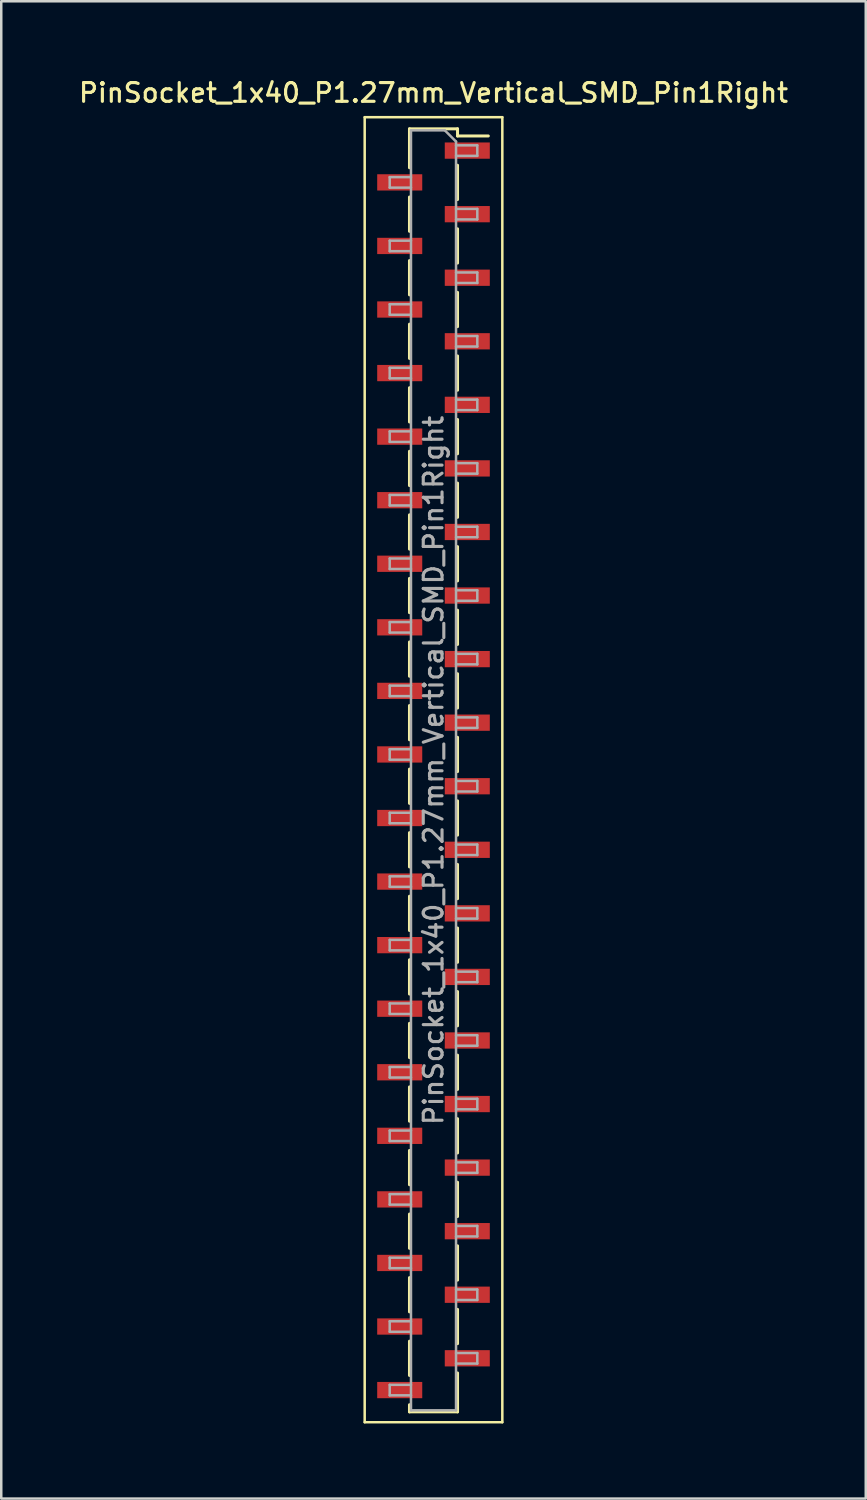
<source format=kicad_pcb>
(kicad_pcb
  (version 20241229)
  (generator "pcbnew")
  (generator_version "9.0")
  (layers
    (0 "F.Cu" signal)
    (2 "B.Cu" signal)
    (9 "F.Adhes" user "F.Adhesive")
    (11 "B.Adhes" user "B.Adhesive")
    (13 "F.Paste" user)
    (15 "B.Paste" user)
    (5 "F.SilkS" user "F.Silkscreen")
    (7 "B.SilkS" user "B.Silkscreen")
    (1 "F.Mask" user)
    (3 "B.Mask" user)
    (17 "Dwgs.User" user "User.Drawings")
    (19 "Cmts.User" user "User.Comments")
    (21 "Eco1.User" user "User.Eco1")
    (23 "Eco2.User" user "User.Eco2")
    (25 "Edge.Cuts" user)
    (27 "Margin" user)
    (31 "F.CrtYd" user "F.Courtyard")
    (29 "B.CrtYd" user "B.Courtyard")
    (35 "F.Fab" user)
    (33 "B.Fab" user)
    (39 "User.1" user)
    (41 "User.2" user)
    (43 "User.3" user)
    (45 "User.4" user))
  (footprint "PinSocket_1x40_P1.27mm_Vertical_SMD_Pin1Right"
    (layer "F.Cu")
    (at 14.273 27.733)
    (property "Reference" "PinSocket_1x40_P1.27mm_Vertical_SMD_Pin1Right" (at 0 -27.075 0) (layer "F.SilkS") (effects (font (size 0.75 0.75) (thickness 0.125))))
    (attr smd)
    (fp_line (start -2.75 -26.1) (end 2.75 -26.1) (stroke (width 0.1) (type solid)) (layer "F.SilkS"))
    (fp_line (start -2.75 26.05) (end -2.75 -26.1) (stroke (width 0.1) (type solid)) (layer "F.SilkS"))
    (fp_line (start -0.96 -25.635) (end -0.96 -24.08) (stroke (width 0.12) (type solid)) (layer "F.SilkS"))
    (fp_line (start -0.96 -25.635) (end 0.96 -25.635) (stroke (width 0.12) (type solid)) (layer "F.SilkS"))
    (fp_line (start -0.96 -22.91) (end -0.96 -21.54) (stroke (width 0.12) (type solid)) (layer "F.SilkS"))
    (fp_line (start -0.96 -20.37) (end -0.96 -19) (stroke (width 0.12) (type solid)) (layer "F.SilkS"))
    (fp_line (start -0.96 -17.83) (end -0.96 -16.46) (stroke (width 0.12) (type solid)) (layer "F.SilkS"))
    (fp_line (start -0.96 -15.29) (end -0.96 -13.92) (stroke (width 0.12) (type solid)) (layer "F.SilkS"))
    (fp_line (start -0.96 -12.75) (end -0.96 -11.38) (stroke (width 0.12) (type solid)) (layer "F.SilkS"))
    (fp_line (start -0.96 -10.21) (end -0.96 -8.84) (stroke (width 0.12) (type solid)) (layer "F.SilkS"))
    (fp_line (start -0.96 -7.67) (end -0.96 -6.3) (stroke (width 0.12) (type solid)) (layer "F.SilkS"))
    (fp_line (start -0.96 -5.13) (end -0.96 -3.76) (stroke (width 0.12) (type solid)) (layer "F.SilkS"))
    (fp_line (start -0.96 -2.59) (end -0.96 -1.22) (stroke (width 0.12) (type solid)) (layer "F.SilkS"))
    (fp_line (start -0.96 -0.05) (end -0.96 1.32) (stroke (width 0.12) (type solid)) (layer "F.SilkS"))
    (fp_line (start -0.96 2.49) (end -0.96 3.86) (stroke (width 0.12) (type solid)) (layer "F.SilkS"))
    (fp_line (start -0.96 5.03) (end -0.96 6.4) (stroke (width 0.12) (type solid)) (layer "F.SilkS"))
    (fp_line (start -0.96 7.57) (end -0.96 8.94) (stroke (width 0.12) (type solid)) (layer "F.SilkS"))
    (fp_line (start -0.96 10.11) (end -0.96 11.48) (stroke (width 0.12) (type solid)) (layer "F.SilkS"))
    (fp_line (start -0.96 12.65) (end -0.96 14.02) (stroke (width 0.12) (type solid)) (layer "F.SilkS"))
    (fp_line (start -0.96 15.19) (end -0.96 16.56) (stroke (width 0.12) (type solid)) (layer "F.SilkS"))
    (fp_line (start -0.96 17.73) (end -0.96 19.1) (stroke (width 0.12) (type solid)) (layer "F.SilkS"))
    (fp_line (start -0.96 20.27) (end -0.96 21.64) (stroke (width 0.12) (type solid)) (layer "F.SilkS"))
    (fp_line (start -0.96 22.81) (end -0.96 24.18) (stroke (width 0.12) (type solid)) (layer "F.SilkS"))
    (fp_line (start -0.96 25.35) (end -0.96 25.635) (stroke (width 0.12) (type solid)) (layer "F.SilkS"))
    (fp_line (start -0.96 25.635) (end 0.96 25.635) (stroke (width 0.12) (type solid)) (layer "F.SilkS"))
    (fp_line (start 0.96 -25.635) (end 0.96 -25.35) (stroke (width 0.12) (type solid)) (layer "F.SilkS"))
    (fp_line (start 0.96 -25.35) (end 2.19 -25.35) (stroke (width 0.12) (type solid)) (layer "F.SilkS"))
    (fp_line (start 0.96 -24.18) (end 0.96 -22.81) (stroke (width 0.12) (type solid)) (layer "F.SilkS"))
    (fp_line (start 0.96 -21.64) (end 0.96 -20.27) (stroke (width 0.12) (type solid)) (layer "F.SilkS"))
    (fp_line (start 0.96 -19.1) (end 0.96 -17.73) (stroke (width 0.12) (type solid)) (layer "F.SilkS"))
    (fp_line (start 0.96 -16.56) (end 0.96 -15.19) (stroke (width 0.12) (type solid)) (layer "F.SilkS"))
    (fp_line (start 0.96 -14.02) (end 0.96 -12.65) (stroke (width 0.12) (type solid)) (layer "F.SilkS"))
    (fp_line (start 0.96 -11.48) (end 0.96 -10.11) (stroke (width 0.12) (type solid)) (layer "F.SilkS"))
    (fp_line (start 0.96 -8.94) (end 0.96 -7.57) (stroke (width 0.12) (type solid)) (layer "F.SilkS"))
    (fp_line (start 0.96 -6.4) (end 0.96 -5.03) (stroke (width 0.12) (type solid)) (layer "F.SilkS"))
    (fp_line (start 0.96 -3.86) (end 0.96 -2.49) (stroke (width 0.12) (type solid)) (layer "F.SilkS"))
    (fp_line (start 0.96 -1.32) (end 0.96 0.05) (stroke (width 0.12) (type solid)) (layer "F.SilkS"))
    (fp_line (start 0.96 1.22) (end 0.96 2.59) (stroke (width 0.12) (type solid)) (layer "F.SilkS"))
    (fp_line (start 0.96 3.76) (end 0.96 5.13) (stroke (width 0.12) (type solid)) (layer "F.SilkS"))
    (fp_line (start 0.96 6.3) (end 0.96 7.67) (stroke (width 0.12) (type solid)) (layer "F.SilkS"))
    (fp_line (start 0.96 8.84) (end 0.96 10.21) (stroke (width 0.12) (type solid)) (layer "F.SilkS"))
    (fp_line (start 0.96 11.38) (end 0.96 12.75) (stroke (width 0.12) (type solid)) (layer "F.SilkS"))
    (fp_line (start 0.96 13.92) (end 0.96 15.29) (stroke (width 0.12) (type solid)) (layer "F.SilkS"))
    (fp_line (start 0.96 16.46) (end 0.96 17.83) (stroke (width 0.12) (type solid)) (layer "F.SilkS"))
    (fp_line (start 0.96 19) (end 0.96 20.37) (stroke (width 0.12) (type solid)) (layer "F.SilkS"))
    (fp_line (start 0.96 21.54) (end 0.96 22.91) (stroke (width 0.12) (type solid)) (layer "F.SilkS"))
    (fp_line (start 0.96 24.08) (end 0.96 25.635) (stroke (width 0.12) (type solid)) (layer "F.SilkS"))
    (fp_line (start 2.75 -26.1) (end 2.75 26.05) (stroke (width 0.1) (type solid)) (layer "F.SilkS"))
    (fp_line (start 2.75 26.05) (end -2.75 26.05) (stroke (width 0.1) (type solid)) (layer "F.SilkS"))
    (fp_line (start -1.75 -23.705) (end -0.9 -23.705) (stroke (width 0.1) (type solid)) (layer "F.Fab"))
    (fp_line (start -1.75 -23.285) (end -1.75 -23.705) (stroke (width 0.1) (type solid)) (layer "F.Fab"))
    (fp_line (start -1.75 -21.165) (end -0.9 -21.165) (stroke (width 0.1) (type solid)) (layer "F.Fab"))
    (fp_line (start -1.75 -20.745) (end -1.75 -21.165) (stroke (width 0.1) (type solid)) (layer "F.Fab"))
    (fp_line (start -1.75 -18.625) (end -0.9 -18.625) (stroke (width 0.1) (type solid)) (layer "F.Fab"))
    (fp_line (start -1.75 -18.205) (end -1.75 -18.625) (stroke (width 0.1) (type solid)) (layer "F.Fab"))
    (fp_line (start -1.75 -16.085) (end -0.9 -16.085) (stroke (width 0.1) (type solid)) (layer "F.Fab"))
    (fp_line (start -1.75 -15.665) (end -1.75 -16.085) (stroke (width 0.1) (type solid)) (layer "F.Fab"))
    (fp_line (start -1.75 -13.545) (end -0.9 -13.545) (stroke (width 0.1) (type solid)) (layer "F.Fab"))
    (fp_line (start -1.75 -13.125) (end -1.75 -13.545) (stroke (width 0.1) (type solid)) (layer "F.Fab"))
    (fp_line (start -1.75 -11.005) (end -0.9 -11.005) (stroke (width 0.1) (type solid)) (layer "F.Fab"))
    (fp_line (start -1.75 -10.585) (end -1.75 -11.005) (stroke (width 0.1) (type solid)) (layer "F.Fab"))
    (fp_line (start -1.75 -8.465) (end -0.9 -8.465) (stroke (width 0.1) (type solid)) (layer "F.Fab"))
    (fp_line (start -1.75 -8.045) (end -1.75 -8.465) (stroke (width 0.1) (type solid)) (layer "F.Fab"))
    (fp_line (start -1.75 -5.925) (end -0.9 -5.925) (stroke (width 0.1) (type solid)) (layer "F.Fab"))
    (fp_line (start -1.75 -5.505) (end -1.75 -5.925) (stroke (width 0.1) (type solid)) (layer "F.Fab"))
    (fp_line (start -1.75 -3.385) (end -0.9 -3.385) (stroke (width 0.1) (type solid)) (layer "F.Fab"))
    (fp_line (start -1.75 -2.965) (end -1.75 -3.385) (stroke (width 0.1) (type solid)) (layer "F.Fab"))
    (fp_line (start -1.75 -0.845) (end -0.9 -0.845) (stroke (width 0.1) (type solid)) (layer "F.Fab"))
    (fp_line (start -1.75 -0.425) (end -1.75 -0.845) (stroke (width 0.1) (type solid)) (layer "F.Fab"))
    (fp_line (start -1.75 1.695) (end -0.9 1.695) (stroke (width 0.1) (type solid)) (layer "F.Fab"))
    (fp_line (start -1.75 2.115) (end -1.75 1.695) (stroke (width 0.1) (type solid)) (layer "F.Fab"))
    (fp_line (start -1.75 4.235) (end -0.9 4.235) (stroke (width 0.1) (type solid)) (layer "F.Fab"))
    (fp_line (start -1.75 4.655) (end -1.75 4.235) (stroke (width 0.1) (type solid)) (layer "F.Fab"))
    (fp_line (start -1.75 6.775) (end -0.9 6.775) (stroke (width 0.1) (type solid)) (layer "F.Fab"))
    (fp_line (start -1.75 7.195) (end -1.75 6.775) (stroke (width 0.1) (type solid)) (layer "F.Fab"))
    (fp_line (start -1.75 9.315) (end -0.9 9.315) (stroke (width 0.1) (type solid)) (layer "F.Fab"))
    (fp_line (start -1.75 9.735) (end -1.75 9.315) (stroke (width 0.1) (type solid)) (layer "F.Fab"))
    (fp_line (start -1.75 11.855) (end -0.9 11.855) (stroke (width 0.1) (type solid)) (layer "F.Fab"))
    (fp_line (start -1.75 12.275) (end -1.75 11.855) (stroke (width 0.1) (type solid)) (layer "F.Fab"))
    (fp_line (start -1.75 14.395) (end -0.9 14.395) (stroke (width 0.1) (type solid)) (layer "F.Fab"))
    (fp_line (start -1.75 14.815) (end -1.75 14.395) (stroke (width 0.1) (type solid)) (layer "F.Fab"))
    (fp_line (start -1.75 16.935) (end -0.9 16.935) (stroke (width 0.1) (type solid)) (layer "F.Fab"))
    (fp_line (start -1.75 17.355) (end -1.75 16.935) (stroke (width 0.1) (type solid)) (layer "F.Fab"))
    (fp_line (start -1.75 19.475) (end -0.9 19.475) (stroke (width 0.1) (type solid)) (layer "F.Fab"))
    (fp_line (start -1.75 19.895) (end -1.75 19.475) (stroke (width 0.1) (type solid)) (layer "F.Fab"))
    (fp_line (start -1.75 22.015) (end -0.9 22.015) (stroke (width 0.1) (type solid)) (layer "F.Fab"))
    (fp_line (start -1.75 22.435) (end -1.75 22.015) (stroke (width 0.1) (type solid)) (layer "F.Fab"))
    (fp_line (start -1.75 24.555) (end -0.9 24.555) (stroke (width 0.1) (type solid)) (layer "F.Fab"))
    (fp_line (start -1.75 24.975) (end -1.75 24.555) (stroke (width 0.1) (type solid)) (layer "F.Fab"))
    (fp_line (start -0.9 -25.575) (end 0.45 -25.575) (stroke (width 0.1) (type solid)) (layer "F.Fab"))
    (fp_line (start -0.9 -23.285) (end -1.75 -23.285) (stroke (width 0.1) (type solid)) (layer "F.Fab"))
    (fp_line (start -0.9 -20.745) (end -1.75 -20.745) (stroke (width 0.1) (type solid)) (layer "F.Fab"))
    (fp_line (start -0.9 -18.205) (end -1.75 -18.205) (stroke (width 0.1) (type solid)) (layer "F.Fab"))
    (fp_line (start -0.9 -15.665) (end -1.75 -15.665) (stroke (width 0.1) (type solid)) (layer "F.Fab"))
    (fp_line (start -0.9 -13.125) (end -1.75 -13.125) (stroke (width 0.1) (type solid)) (layer "F.Fab"))
    (fp_line (start -0.9 -10.585) (end -1.75 -10.585) (stroke (width 0.1) (type solid)) (layer "F.Fab"))
    (fp_line (start -0.9 -8.045) (end -1.75 -8.045) (stroke (width 0.1) (type solid)) (layer "F.Fab"))
    (fp_line (start -0.9 -5.505) (end -1.75 -5.505) (stroke (width 0.1) (type solid)) (layer "F.Fab"))
    (fp_line (start -0.9 -2.965) (end -1.75 -2.965) (stroke (width 0.1) (type solid)) (layer "F.Fab"))
    (fp_line (start -0.9 -0.425) (end -1.75 -0.425) (stroke (width 0.1) (type solid)) (layer "F.Fab"))
    (fp_line (start -0.9 2.115) (end -1.75 2.115) (stroke (width 0.1) (type solid)) (layer "F.Fab"))
    (fp_line (start -0.9 4.655) (end -1.75 4.655) (stroke (width 0.1) (type solid)) (layer "F.Fab"))
    (fp_line (start -0.9 7.195) (end -1.75 7.195) (stroke (width 0.1) (type solid)) (layer "F.Fab"))
    (fp_line (start -0.9 9.735) (end -1.75 9.735) (stroke (width 0.1) (type solid)) (layer "F.Fab"))
    (fp_line (start -0.9 12.275) (end -1.75 12.275) (stroke (width 0.1) (type solid)) (layer "F.Fab"))
    (fp_line (start -0.9 14.815) (end -1.75 14.815) (stroke (width 0.1) (type solid)) (layer "F.Fab"))
    (fp_line (start -0.9 17.355) (end -1.75 17.355) (stroke (width 0.1) (type solid)) (layer "F.Fab"))
    (fp_line (start -0.9 19.895) (end -1.75 19.895) (stroke (width 0.1) (type solid)) (layer "F.Fab"))
    (fp_line (start -0.9 22.435) (end -1.75 22.435) (stroke (width 0.1) (type solid)) (layer "F.Fab"))
    (fp_line (start -0.9 24.975) (end -1.75 24.975) (stroke (width 0.1) (type solid)) (layer "F.Fab"))
    (fp_line (start -0.9 25.575) (end -0.9 -25.575) (stroke (width 0.1) (type solid)) (layer "F.Fab"))
    (fp_line (start 0.45 -25.575) (end 0.9 -25.125) (stroke (width 0.1) (type solid)) (layer "F.Fab"))
    (fp_line (start 0.9 -25.125) (end 0.9 25.575) (stroke (width 0.1) (type solid)) (layer "F.Fab"))
    (fp_line (start 0.9 -24.975) (end 1.75 -24.975) (stroke (width 0.1) (type solid)) (layer "F.Fab"))
    (fp_line (start 0.9 -22.435) (end 1.75 -22.435) (stroke (width 0.1) (type solid)) (layer "F.Fab"))
    (fp_line (start 0.9 -19.895) (end 1.75 -19.895) (stroke (width 0.1) (type solid)) (layer "F.Fab"))
    (fp_line (start 0.9 -17.355) (end 1.75 -17.355) (stroke (width 0.1) (type solid)) (layer "F.Fab"))
    (fp_line (start 0.9 -14.815) (end 1.75 -14.815) (stroke (width 0.1) (type solid)) (layer "F.Fab"))
    (fp_line (start 0.9 -12.275) (end 1.75 -12.275) (stroke (width 0.1) (type solid)) (layer "F.Fab"))
    (fp_line (start 0.9 -9.735) (end 1.75 -9.735) (stroke (width 0.1) (type solid)) (layer "F.Fab"))
    (fp_line (start 0.9 -7.195) (end 1.75 -7.195) (stroke (width 0.1) (type solid)) (layer "F.Fab"))
    (fp_line (start 0.9 -4.655) (end 1.75 -4.655) (stroke (width 0.1) (type solid)) (layer "F.Fab"))
    (fp_line (start 0.9 -2.115) (end 1.75 -2.115) (stroke (width 0.1) (type solid)) (layer "F.Fab"))
    (fp_line (start 0.9 0.425) (end 1.75 0.425) (stroke (width 0.1) (type solid)) (layer "F.Fab"))
    (fp_line (start 0.9 2.965) (end 1.75 2.965) (stroke (width 0.1) (type solid)) (layer "F.Fab"))
    (fp_line (start 0.9 5.505) (end 1.75 5.505) (stroke (width 0.1) (type solid)) (layer "F.Fab"))
    (fp_line (start 0.9 8.045) (end 1.75 8.045) (stroke (width 0.1) (type solid)) (layer "F.Fab"))
    (fp_line (start 0.9 10.585) (end 1.75 10.585) (stroke (width 0.1) (type solid)) (layer "F.Fab"))
    (fp_line (start 0.9 13.125) (end 1.75 13.125) (stroke (width 0.1) (type solid)) (layer "F.Fab"))
    (fp_line (start 0.9 15.665) (end 1.75 15.665) (stroke (width 0.1) (type solid)) (layer "F.Fab"))
    (fp_line (start 0.9 18.205) (end 1.75 18.205) (stroke (width 0.1) (type solid)) (layer "F.Fab"))
    (fp_line (start 0.9 20.745) (end 1.75 20.745) (stroke (width 0.1) (type solid)) (layer "F.Fab"))
    (fp_line (start 0.9 23.285) (end 1.75 23.285) (stroke (width 0.1) (type solid)) (layer "F.Fab"))
    (fp_line (start 0.9 25.575) (end -0.9 25.575) (stroke (width 0.1) (type solid)) (layer "F.Fab"))
    (fp_line (start 1.75 -24.975) (end 1.75 -24.555) (stroke (width 0.1) (type solid)) (layer "F.Fab"))
    (fp_line (start 1.75 -24.555) (end 0.9 -24.555) (stroke (width 0.1) (type solid)) (layer "F.Fab"))
    (fp_line (start 1.75 -22.435) (end 1.75 -22.015) (stroke (width 0.1) (type solid)) (layer "F.Fab"))
    (fp_line (start 1.75 -22.015) (end 0.9 -22.015) (stroke (width 0.1) (type solid)) (layer "F.Fab"))
    (fp_line (start 1.75 -19.895) (end 1.75 -19.475) (stroke (width 0.1) (type solid)) (layer "F.Fab"))
    (fp_line (start 1.75 -19.475) (end 0.9 -19.475) (stroke (width 0.1) (type solid)) (layer "F.Fab"))
    (fp_line (start 1.75 -17.355) (end 1.75 -16.935) (stroke (width 0.1) (type solid)) (layer "F.Fab"))
    (fp_line (start 1.75 -16.935) (end 0.9 -16.935) (stroke (width 0.1) (type solid)) (layer "F.Fab"))
    (fp_line (start 1.75 -14.815) (end 1.75 -14.395) (stroke (width 0.1) (type solid)) (layer "F.Fab"))
    (fp_line (start 1.75 -14.395) (end 0.9 -14.395) (stroke (width 0.1) (type solid)) (layer "F.Fab"))
    (fp_line (start 1.75 -12.275) (end 1.75 -11.855) (stroke (width 0.1) (type solid)) (layer "F.Fab"))
    (fp_line (start 1.75 -11.855) (end 0.9 -11.855) (stroke (width 0.1) (type solid)) (layer "F.Fab"))
    (fp_line (start 1.75 -9.735) (end 1.75 -9.315) (stroke (width 0.1) (type solid)) (layer "F.Fab"))
    (fp_line (start 1.75 -9.315) (end 0.9 -9.315) (stroke (width 0.1) (type solid)) (layer "F.Fab"))
    (fp_line (start 1.75 -7.195) (end 1.75 -6.775) (stroke (width 0.1) (type solid)) (layer "F.Fab"))
    (fp_line (start 1.75 -6.775) (end 0.9 -6.775) (stroke (width 0.1) (type solid)) (layer "F.Fab"))
    (fp_line (start 1.75 -4.655) (end 1.75 -4.235) (stroke (width 0.1) (type solid)) (layer "F.Fab"))
    (fp_line (start 1.75 -4.235) (end 0.9 -4.235) (stroke (width 0.1) (type solid)) (layer "F.Fab"))
    (fp_line (start 1.75 -2.115) (end 1.75 -1.695) (stroke (width 0.1) (type solid)) (layer "F.Fab"))
    (fp_line (start 1.75 -1.695) (end 0.9 -1.695) (stroke (width 0.1) (type solid)) (layer "F.Fab"))
    (fp_line (start 1.75 0.425) (end 1.75 0.845) (stroke (width 0.1) (type solid)) (layer "F.Fab"))
    (fp_line (start 1.75 0.845) (end 0.9 0.845) (stroke (width 0.1) (type solid)) (layer "F.Fab"))
    (fp_line (start 1.75 2.965) (end 1.75 3.385) (stroke (width 0.1) (type solid)) (layer "F.Fab"))
    (fp_line (start 1.75 3.385) (end 0.9 3.385) (stroke (width 0.1) (type solid)) (layer "F.Fab"))
    (fp_line (start 1.75 5.505) (end 1.75 5.925) (stroke (width 0.1) (type solid)) (layer "F.Fab"))
    (fp_line (start 1.75 5.925) (end 0.9 5.925) (stroke (width 0.1) (type solid)) (layer "F.Fab"))
    (fp_line (start 1.75 8.045) (end 1.75 8.465) (stroke (width 0.1) (type solid)) (layer "F.Fab"))
    (fp_line (start 1.75 8.465) (end 0.9 8.465) (stroke (width 0.1) (type solid)) (layer "F.Fab"))
    (fp_line (start 1.75 10.585) (end 1.75 11.005) (stroke (width 0.1) (type solid)) (layer "F.Fab"))
    (fp_line (start 1.75 11.005) (end 0.9 11.005) (stroke (width 0.1) (type solid)) (layer "F.Fab"))
    (fp_line (start 1.75 13.125) (end 1.75 13.545) (stroke (width 0.1) (type solid)) (layer "F.Fab"))
    (fp_line (start 1.75 13.545) (end 0.9 13.545) (stroke (width 0.1) (type solid)) (layer "F.Fab"))
    (fp_line (start 1.75 15.665) (end 1.75 16.085) (stroke (width 0.1) (type solid)) (layer "F.Fab"))
    (fp_line (start 1.75 16.085) (end 0.9 16.085) (stroke (width 0.1) (type solid)) (layer "F.Fab"))
    (fp_line (start 1.75 18.205) (end 1.75 18.625) (stroke (width 0.1) (type solid)) (layer "F.Fab"))
    (fp_line (start 1.75 18.625) (end 0.9 18.625) (stroke (width 0.1) (type solid)) (layer "F.Fab"))
    (fp_line (start 1.75 20.745) (end 1.75 21.165) (stroke (width 0.1) (type solid)) (layer "F.Fab"))
    (fp_line (start 1.75 21.165) (end 0.9 21.165) (stroke (width 0.1) (type solid)) (layer "F.Fab"))
    (fp_line (start 1.75 23.285) (end 1.75 23.705) (stroke (width 0.1) (type solid)) (layer "F.Fab"))
    (fp_line (start 1.75 23.705) (end 0.9 23.705) (stroke (width 0.1) (type solid)) (layer "F.Fab"))
    (fp_text user "${REFERENCE}" (at 0 0 90) (layer "F.Fab") (effects (font (size 0.75 0.75) (thickness 0.125))))
    (pad "1" smd rect (at 1.35 -24.765) (size 1.8 0.65) (layers "F.Cu" "F.Mask" "F.Paste"))
    (pad "2" smd rect (at -1.35 -23.495) (size 1.8 0.65) (layers "F.Cu" "F.Mask" "F.Paste"))
    (pad "3" smd rect (at 1.35 -22.225) (size 1.8 0.65) (layers "F.Cu" "F.Mask" "F.Paste"))
    (pad "4" smd rect (at -1.35 -20.955) (size 1.8 0.65) (layers "F.Cu" "F.Mask" "F.Paste"))
    (pad "5" smd rect (at 1.35 -19.685) (size 1.8 0.65) (layers "F.Cu" "F.Mask" "F.Paste"))
    (pad "6" smd rect (at -1.35 -18.415) (size 1.8 0.65) (layers "F.Cu" "F.Mask" "F.Paste"))
    (pad "7" smd rect (at 1.35 -17.145) (size 1.8 0.65) (layers "F.Cu" "F.Mask" "F.Paste"))
    (pad "8" smd rect (at -1.35 -15.875) (size 1.8 0.65) (layers "F.Cu" "F.Mask" "F.Paste"))
    (pad "9" smd rect (at 1.35 -14.605) (size 1.8 0.65) (layers "F.Cu" "F.Mask" "F.Paste"))
    (pad "10" smd rect (at -1.35 -13.335) (size 1.8 0.65) (layers "F.Cu" "F.Mask" "F.Paste"))
    (pad "11" smd rect (at 1.35 -12.065) (size 1.8 0.65) (layers "F.Cu" "F.Mask" "F.Paste"))
    (pad "12" smd rect (at -1.35 -10.795) (size 1.8 0.65) (layers "F.Cu" "F.Mask" "F.Paste"))
    (pad "13" smd rect (at 1.35 -9.525) (size 1.8 0.65) (layers "F.Cu" "F.Mask" "F.Paste"))
    (pad "14" smd rect (at -1.35 -8.255) (size 1.8 0.65) (layers "F.Cu" "F.Mask" "F.Paste"))
    (pad "15" smd rect (at 1.35 -6.985) (size 1.8 0.65) (layers "F.Cu" "F.Mask" "F.Paste"))
    (pad "16" smd rect (at -1.35 -5.715) (size 1.8 0.65) (layers "F.Cu" "F.Mask" "F.Paste"))
    (pad "17" smd rect (at 1.35 -4.445) (size 1.8 0.65) (layers "F.Cu" "F.Mask" "F.Paste"))
    (pad "18" smd rect (at -1.35 -3.175) (size 1.8 0.65) (layers "F.Cu" "F.Mask" "F.Paste"))
    (pad "19" smd rect (at 1.35 -1.905) (size 1.8 0.65) (layers "F.Cu" "F.Mask" "F.Paste"))
    (pad "20" smd rect (at -1.35 -0.635) (size 1.8 0.65) (layers "F.Cu" "F.Mask" "F.Paste"))
    (pad "21" smd rect (at 1.35 0.635) (size 1.8 0.65) (layers "F.Cu" "F.Mask" "F.Paste"))
    (pad "22" smd rect (at -1.35 1.905) (size 1.8 0.65) (layers "F.Cu" "F.Mask" "F.Paste"))
    (pad "23" smd rect (at 1.35 3.175) (size 1.8 0.65) (layers "F.Cu" "F.Mask" "F.Paste"))
    (pad "24" smd rect (at -1.35 4.445) (size 1.8 0.65) (layers "F.Cu" "F.Mask" "F.Paste"))
    (pad "25" smd rect (at 1.35 5.715) (size 1.8 0.65) (layers "F.Cu" "F.Mask" "F.Paste"))
    (pad "26" smd rect (at -1.35 6.985) (size 1.8 0.65) (layers "F.Cu" "F.Mask" "F.Paste"))
    (pad "27" smd rect (at 1.35 8.255) (size 1.8 0.65) (layers "F.Cu" "F.Mask" "F.Paste"))
    (pad "28" smd rect (at -1.35 9.525) (size 1.8 0.65) (layers "F.Cu" "F.Mask" "F.Paste"))
    (pad "29" smd rect (at 1.35 10.795) (size 1.8 0.65) (layers "F.Cu" "F.Mask" "F.Paste"))
    (pad "30" smd rect (at -1.35 12.065) (size 1.8 0.65) (layers "F.Cu" "F.Mask" "F.Paste"))
    (pad "31" smd rect (at 1.35 13.335) (size 1.8 0.65) (layers "F.Cu" "F.Mask" "F.Paste"))
    (pad "32" smd rect (at -1.35 14.605) (size 1.8 0.65) (layers "F.Cu" "F.Mask" "F.Paste"))
    (pad "33" smd rect (at 1.35 15.875) (size 1.8 0.65) (layers "F.Cu" "F.Mask" "F.Paste"))
    (pad "34" smd rect (at -1.35 17.145) (size 1.8 0.65) (layers "F.Cu" "F.Mask" "F.Paste"))
    (pad "35" smd rect (at 1.35 18.415) (size 1.8 0.65) (layers "F.Cu" "F.Mask" "F.Paste"))
    (pad "36" smd rect (at -1.35 19.685) (size 1.8 0.65) (layers "F.Cu" "F.Mask" "F.Paste"))
    (pad "37" smd rect (at 1.35 20.955) (size 1.8 0.65) (layers "F.Cu" "F.Mask" "F.Paste"))
    (pad "38" smd rect (at -1.35 22.225) (size 1.8 0.65) (layers "F.Cu" "F.Mask" "F.Paste"))
    (pad "39" smd rect (at 1.35 23.495) (size 1.8 0.65) (layers "F.Cu" "F.Mask" "F.Paste"))
    (pad "40" smd rect (at -1.35 24.765) (size 1.8 0.65) (layers "F.Cu" "F.Mask" "F.Paste")))
  (gr_rect
    (start -3 -3)
    (end 31.546 56.833)
    (stroke (width 0.1) (type default))
    (fill no)
    (layer "Edge.Cuts")))
</source>
